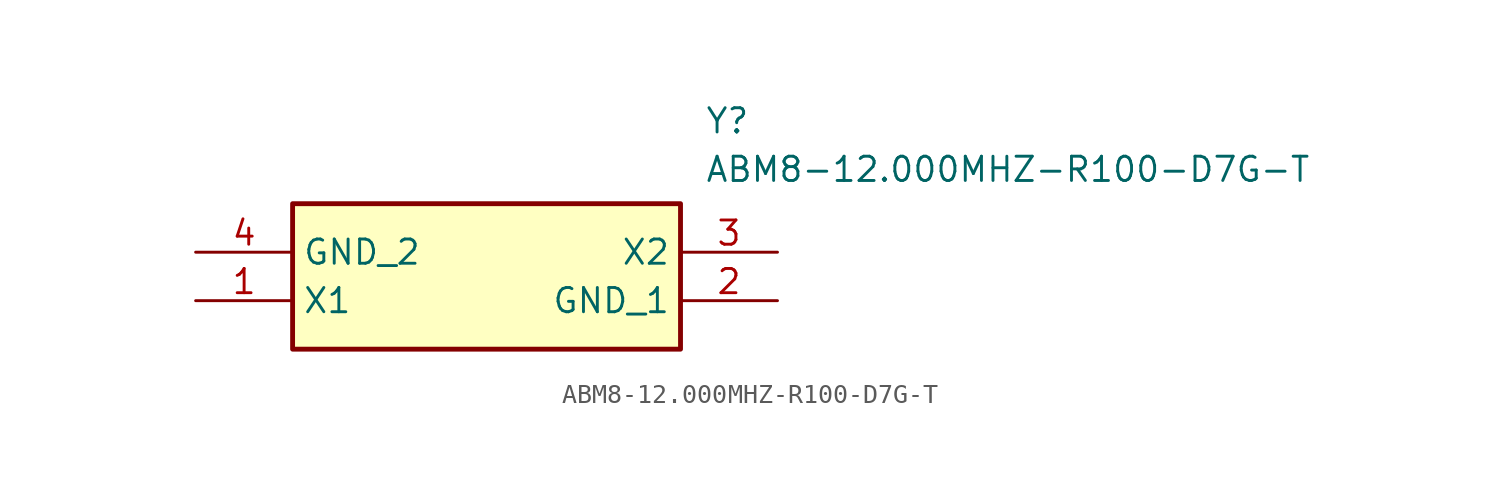
<source format=kicad_sym>
(kicad_symbol_lib
  (version 20211014)
  (generator SamacSys_ECAD_Model)
  (symbol "ABM8-12.000MHZ-R100-D7G-T"
    (property "Reference" "Y"
      (at 26.67 7.62 0)
      (effects (font (size 1.27 1.27)) (justify left top)))
    (property "Value" "ABM8-12.000MHZ-R100-D7G-T"
      (at 26.67 5.08 0)
      (effects (font (size 1.27 1.27)) (justify left top)))
    (rectangle
      (start 5.08 2.54)
      (end 25.4 -5.08)
      (stroke (width 0.254) (type default))
      (fill (type background)))
    (pin passive line
      (at 0 -2.54 0)
      (length 5.08)
      (name "X1" (effects (font (size 1.27 1.27))))
      (number "1" (effects (font (size 1.27 1.27)))))
    (pin passive line
      (at 30.48 -2.54 180)
      (length 5.08)
      (name "GND_1" (effects (font (size 1.27 1.27))))
      (number "2" (effects (font (size 1.27 1.27)))))
    (pin passive line
      (at 30.48 0 180)
      (length 5.08)
      (name "X2" (effects (font (size 1.27 1.27))))
      (number "3" (effects (font (size 1.27 1.27)))))
    (pin passive line
      (at 0 0 0)
      (length 5.08)
      (name "GND_2" (effects (font (size 1.27 1.27))))
      (number "4" (effects (font (size 1.27 1.27)))))))
</source>
